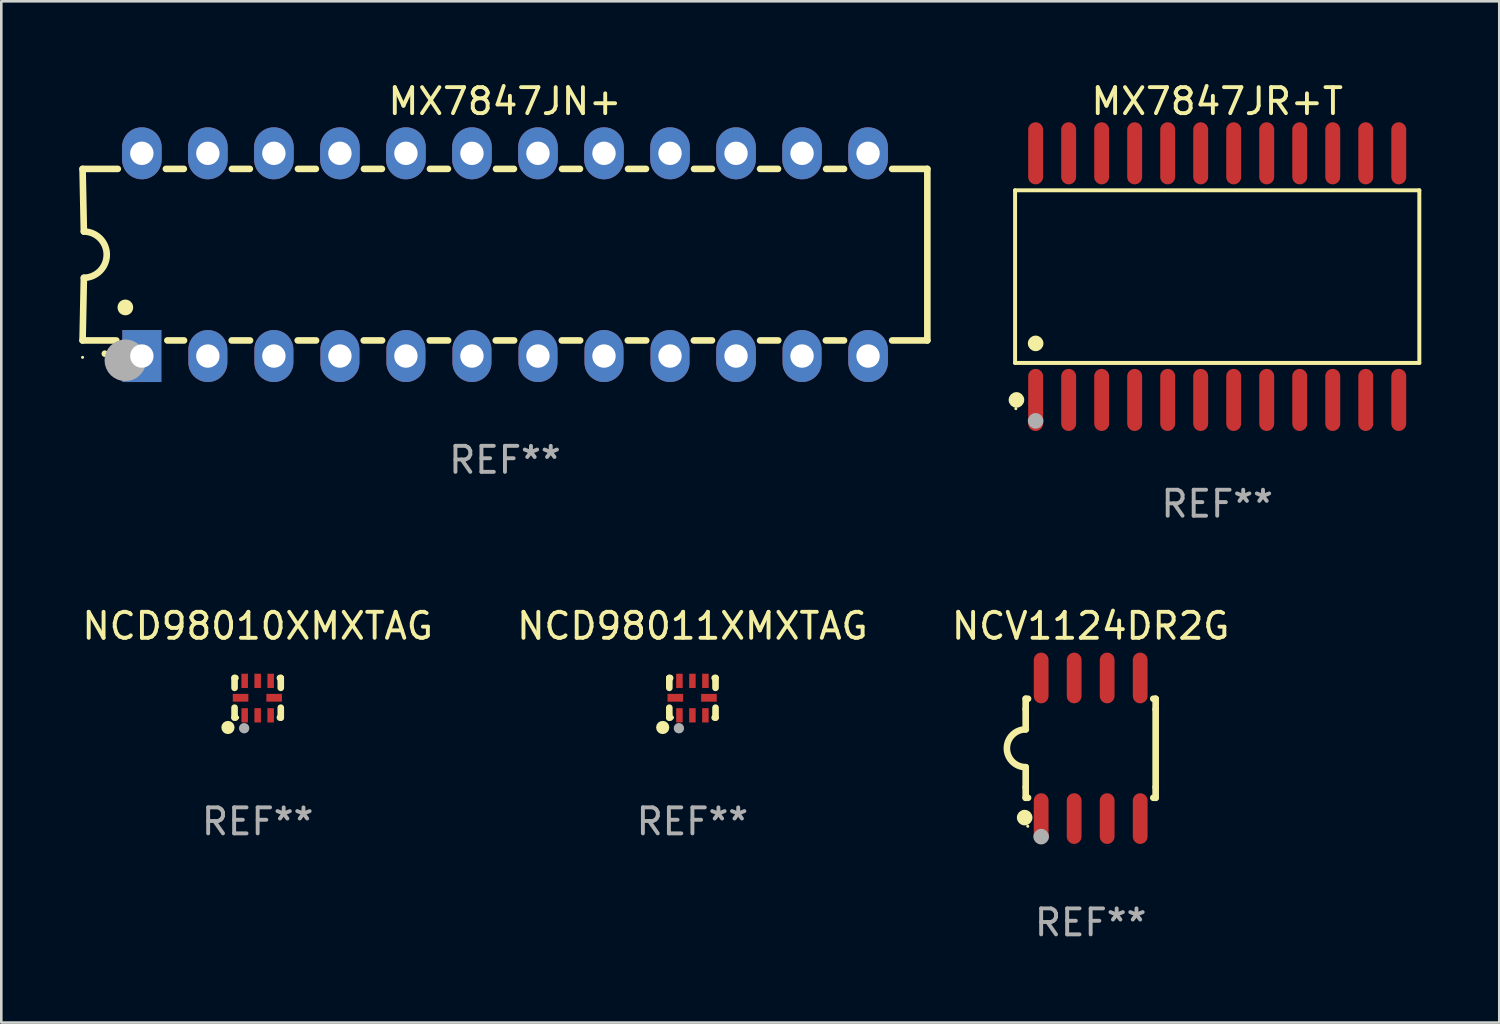
<source format=kicad_pcb>
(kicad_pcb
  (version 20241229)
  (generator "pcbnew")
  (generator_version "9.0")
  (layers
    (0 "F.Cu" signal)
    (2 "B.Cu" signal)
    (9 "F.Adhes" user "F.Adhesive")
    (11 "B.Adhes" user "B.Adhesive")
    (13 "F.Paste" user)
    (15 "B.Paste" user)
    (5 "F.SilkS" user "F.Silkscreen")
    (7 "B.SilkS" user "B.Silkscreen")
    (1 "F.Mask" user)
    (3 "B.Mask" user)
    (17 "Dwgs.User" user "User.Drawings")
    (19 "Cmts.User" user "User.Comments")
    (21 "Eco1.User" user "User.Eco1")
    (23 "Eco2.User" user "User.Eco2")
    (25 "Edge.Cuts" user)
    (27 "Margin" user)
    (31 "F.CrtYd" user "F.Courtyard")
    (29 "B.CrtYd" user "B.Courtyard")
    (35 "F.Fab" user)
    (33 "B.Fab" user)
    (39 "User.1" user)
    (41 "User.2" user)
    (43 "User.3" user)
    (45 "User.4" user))
  (footprint "NCV1124DR2G"
    (layer "F.Cu")
    (at 38.911 25.738)
    (property "Reference" "NCV1124DR2G" (at 0 -4.705 0) (layer "F.SilkS") (effects (font (size 1 1) (thickness 0.15))))
    (attr through_hole)
    (fp_line (start -2.5 -1.905) (end -2.409 -1.905) (stroke (width 0.254) (type solid)) (layer "F.SilkS"))
    (fp_line (start -2.5 -1.5) (end -2.5 -1.905) (stroke (width 0.254) (type solid)) (layer "F.SilkS"))
    (fp_line (start -2.5 -1.5) (end -2.5 -0.726) (stroke (width 0.254) (type solid)) (layer "F.SilkS"))
    (fp_line (start -2.5 1.5) (end -2.5 0.727) (stroke (width 0.254) (type solid)) (layer "F.SilkS"))
    (fp_line (start -2.5 1.5) (end -2.5 1.905) (stroke (width 0.254) (type solid)) (layer "F.SilkS"))
    (fp_line (start -2.5 1.905) (end -2.409 1.905) (stroke (width 0.254) (type solid)) (layer "F.SilkS"))
    (fp_line (start 2.5 -1.905) (end 2.409 -1.905) (stroke (width 0.254) (type solid)) (layer "F.SilkS"))
    (fp_line (start 2.5 -1.5) (end 2.5 -1.905) (stroke (width 0.254) (type solid)) (layer "F.SilkS"))
    (fp_line (start 2.5 -1.5) (end 2.5 1.5) (stroke (width 0.254) (type solid)) (layer "F.SilkS"))
    (fp_line (start 2.5 1.5) (end 2.5 1.905) (stroke (width 0.254) (type solid)) (layer "F.SilkS"))
    (fp_line (start 2.5 1.905) (end 2.409 1.905) (stroke (width 0.254) (type solid)) (layer "F.SilkS"))
    (fp_arc (start -2.5 0.726568) (mid -3.220316 -0.0023) (end -2.495097 -0.726289) (stroke (width 0.254001) (type solid)) (layer "F.SilkS"))
    (fp_circle (center -2.54 2.667) (end -2.39 2.667) (stroke (width 0.3) (type solid)) (fill no) (layer "F.SilkS"))
    (fp_circle (center -2.42 3) (end -2.39 3) (stroke (width 0.06) (type solid)) (fill no) (layer "F.SilkS"))
    (fp_circle (center -1.905 3.4) (end -1.755 3.4) (stroke (width 0.3) (type solid)) (fill no) (layer "F.Fab"))
    (fp_text user "REF**" (at 0 6.705 0) (layer "F.Fab") (effects (font (size 1 1) (thickness 0.15))))
    (pad "1" smd oval (at -1.905 2.705) (size 0.568 1.95) (layers "F.Cu" "F.Mask" "F.Paste"))
    (pad "2" smd oval (at -0.635 2.705) (size 0.568 1.95) (layers "F.Cu" "F.Mask" "F.Paste"))
    (pad "3" smd oval (at 0.635 2.705) (size 0.568 1.95) (layers "F.Cu" "F.Mask" "F.Paste"))
    (pad "4" smd oval (at 1.905 2.705) (size 0.568 1.95) (layers "F.Cu" "F.Mask" "F.Paste"))
    (pad "5" smd oval (at 1.905 -2.705) (size 0.568 1.95) (layers "F.Cu" "F.Mask" "F.Paste"))
    (pad "6" smd oval (at 0.635 -2.705) (size 0.568 1.95) (layers "F.Cu" "F.Mask" "F.Paste"))
    (pad "7" smd oval (at -0.635 -2.705) (size 0.568 1.95) (layers "F.Cu" "F.Mask" "F.Paste"))
    (pad "8" smd oval (at -1.905 -2.705) (size 0.568 1.95) (layers "F.Cu" "F.Mask" "F.Paste")))
  (footprint "NCD98010XMXTAG"
    (layer "F.Cu")
    (at 6.863 23.795)
    (property "Reference" "NCD98010XMXTAG" (at 0 -2.762 0) (layer "F.SilkS") (effects (font (size 1 1) (thickness 0.15))))
    (attr through_hole)
    (fp_line (start -0.889 -0.762) (end -0.889 -0.381) (stroke (width 0.254) (type solid)) (layer "F.SilkS"))
    (fp_line (start -0.889 0.381) (end -0.889 0.762) (stroke (width 0.254) (type solid)) (layer "F.SilkS"))
    (fp_line (start -0.889 0.762) (end -0.856 0.762) (stroke (width 0.254) (type solid)) (layer "F.SilkS"))
    (fp_line (start -0.856 -0.762) (end -0.889 -0.762) (stroke (width 0.254) (type solid)) (layer "F.SilkS"))
    (fp_line (start 0.856 0.762) (end 0.889 0.762) (stroke (width 0.254) (type solid)) (layer "F.SilkS"))
    (fp_line (start 0.889 -0.762) (end 0.856 -0.762) (stroke (width 0.254) (type solid)) (layer "F.SilkS"))
    (fp_line (start 0.889 -0.381) (end 0.889 -0.762) (stroke (width 0.254) (type solid)) (layer "F.SilkS"))
    (fp_line (start 0.889 0.762) (end 0.889 0.381) (stroke (width 0.254) (type solid)) (layer "F.SilkS"))
    (fp_circle (center -1.143 1.143) (end -1.016 1.143) (stroke (width 0.254) (type solid)) (fill no) (layer "F.SilkS"))
    (fp_circle (center -0.768 0.762) (end -0.738 0.762) (stroke (width 0.06) (type solid)) (fill no) (layer "F.SilkS"))
    (fp_circle (center -0.52 1.171) (end -0.42 1.171) (stroke (width 0.2) (type solid)) (fill no) (layer "F.Fab"))
    (fp_text user "REF**" (at 0 4.762 0) (layer "F.Fab") (effects (font (size 1 1) (thickness 0.15))))
    (pad "1" smd rect (at -0.5 0.675 270) (size 0.55 0.25) (layers "F.Cu" "F.Mask" "F.Paste"))
    (pad "2" smd rect (at 0.000025 0.675 270) (size 0.55 0.25) (layers "F.Cu" "F.Mask" "F.Paste"))
    (pad "3" smd rect (at 0.5 0.675 270) (size 0.55 0.25) (layers "F.Cu" "F.Mask" "F.Paste"))
    (pad "4" smd rect (at 0.635 0.000051) (size 0.6 0.3) (layers "F.Cu" "F.Mask" "F.Paste"))
    (pad "5" smd rect (at 0.5 -0.65 270) (size 0.55 0.25) (layers "F.Cu" "F.Mask" "F.Paste"))
    (pad "6" smd rect (at 0.000025 -0.65 270) (size 0.55 0.25) (layers "F.Cu" "F.Mask" "F.Paste"))
    (pad "7" smd rect (at -0.5 -0.65 270) (size 0.55 0.25) (layers "F.Cu" "F.Mask" "F.Paste"))
    (pad "8" smd rect (at -0.658 0.000051) (size 0.6 0.3) (layers "F.Cu" "F.Mask" "F.Paste")))
  (footprint "MX7847JN+"
    (layer "F.Cu")
    (at 16.377 6.748)
    (property "Reference" "MX7847JN+" (at 0 -5.9 0) (layer "F.SilkS") (effects (font (size 1 1) (thickness 0.15))))
    (attr through_hole)
    (fp_line (start -16.25 -3.3) (end -16.2 -0.889) (stroke (width 0.254) (type solid)) (layer "F.SilkS"))
    (fp_line (start -16.25 -3.3) (end -14.895 -3.3) (stroke (width 0.254) (type solid)) (layer "F.SilkS"))
    (fp_line (start -16.25 3.3) (end -16.2 0.889) (stroke (width 0.254) (type solid)) (layer "F.SilkS"))
    (fp_line (start -16.25 3.3) (end -14.951 3.3) (stroke (width 0.254) (type solid)) (layer "F.SilkS"))
    (fp_line (start -13.045 -3.3) (end -12.355 -3.3) (stroke (width 0.254) (type solid)) (layer "F.SilkS"))
    (fp_line (start -12.989 3.3) (end -12.347 3.3) (stroke (width 0.254) (type solid)) (layer "F.SilkS"))
    (fp_line (start -10.514 3.3) (end -9.807 3.3) (stroke (width 0.254) (type solid)) (layer "F.SilkS"))
    (fp_line (start -10.505 -3.3) (end -9.815 -3.3) (stroke (width 0.254) (type solid)) (layer "F.SilkS"))
    (fp_line (start -7.974 3.3) (end -7.267 3.3) (stroke (width 0.254) (type solid)) (layer "F.SilkS"))
    (fp_line (start -7.965 -3.3) (end -7.275 -3.3) (stroke (width 0.254) (type solid)) (layer "F.SilkS"))
    (fp_line (start -5.434 3.3) (end -4.727 3.3) (stroke (width 0.254) (type solid)) (layer "F.SilkS"))
    (fp_line (start -5.425 -3.3) (end -4.735 -3.3) (stroke (width 0.254) (type solid)) (layer "F.SilkS"))
    (fp_line (start -2.894 3.3) (end -2.187 3.3) (stroke (width 0.254) (type solid)) (layer "F.SilkS"))
    (fp_line (start -2.885 -3.3) (end -2.195 -3.3) (stroke (width 0.254) (type solid)) (layer "F.SilkS"))
    (fp_line (start -0.354 3.3) (end 0.353 3.3) (stroke (width 0.254) (type solid)) (layer "F.SilkS"))
    (fp_line (start -0.345 -3.3) (end 0.345 -3.3) (stroke (width 0.254) (type solid)) (layer "F.SilkS"))
    (fp_line (start 2.186 3.3) (end 2.893 3.3) (stroke (width 0.254) (type solid)) (layer "F.SilkS"))
    (fp_line (start 2.195 -3.3) (end 2.885 -3.3) (stroke (width 0.254) (type solid)) (layer "F.SilkS"))
    (fp_line (start 4.726 3.3) (end 5.434 3.3) (stroke (width 0.254) (type solid)) (layer "F.SilkS"))
    (fp_line (start 4.735 -3.3) (end 5.425 -3.3) (stroke (width 0.254) (type solid)) (layer "F.SilkS"))
    (fp_line (start 7.266 3.3) (end 7.965 3.3) (stroke (width 0.254) (type solid)) (layer "F.SilkS"))
    (fp_line (start 7.275 -3.3) (end 7.965 -3.3) (stroke (width 0.254) (type solid)) (layer "F.SilkS"))
    (fp_line (start 9.815 -3.3) (end 10.505 -3.3) (stroke (width 0.254) (type solid)) (layer "F.SilkS"))
    (fp_line (start 9.815 3.3) (end 10.514 3.3) (stroke (width 0.254) (type solid)) (layer "F.SilkS"))
    (fp_line (start 12.346 3.3) (end 13.045 3.3) (stroke (width 0.254) (type solid)) (layer "F.SilkS"))
    (fp_line (start 12.355 -3.3) (end 13.045 -3.3) (stroke (width 0.254) (type solid)) (layer "F.SilkS"))
    (fp_line (start 16.25 -3.3) (end 14.895 -3.3) (stroke (width 0.254) (type solid)) (layer "F.SilkS"))
    (fp_line (start 16.25 -3.3) (end 16.25 3.3) (stroke (width 0.254) (type solid)) (layer "F.SilkS"))
    (fp_line (start 16.25 3.3) (end 14.895 3.3) (stroke (width 0.254) (type solid)) (layer "F.SilkS"))
    (fp_arc (start -16.201016 -0.890146) (mid -15.311429 -0.001055) (end -16.200025 0.889027) (stroke (width 0.254001) (type solid)) (layer "F.SilkS"))
    (fp_arc (start -15.394971 3.810033) (mid -15.394978 3.808763) (end -15.394971 3.807493) (stroke (width 0.25) (type solid)) (layer "F.SilkS"))
    (fp_arc (start -14.605029 2.032029) (mid -14.60504 2.029489) (end -14.605029 2.026949) (stroke (width 0.6) (type solid)) (layer "F.SilkS"))
    (fp_circle (center -16.25 3.95) (end -16.22 3.95) (stroke (width 0.06) (type solid)) (fill no) (layer "F.SilkS"))
    (fp_circle (center -14.605 4.064) (end -14.205 4.064) (stroke (width 0.8) (type solid)) (fill no) (layer "F.Fab"))
    (fp_text user "REF**" (at 0 7.9 0) (layer "F.Fab") (effects (font (size 1 1) (thickness 0.15))))
    (pad "1" thru_hole rect (at -13.97 3.9 90) (size 2 1.5) (drill 0.9) (layers "*.Cu" "*.Mask"))
    (pad "2" thru_hole oval (at -11.43 3.9 90) (size 2 1.5) (drill 0.9) (layers "*.Cu" "*.Mask"))
    (pad "3" thru_hole oval (at -8.89 3.9 90) (size 2 1.5) (drill 0.9) (layers "*.Cu" "*.Mask"))
    (pad "4" thru_hole oval (at -6.35 3.9 90) (size 2 1.5) (drill 0.9) (layers "*.Cu" "*.Mask"))
    (pad "5" thru_hole oval (at -3.81 3.9 90) (size 2 1.5) (drill 0.9) (layers "*.Cu" "*.Mask"))
    (pad "6" thru_hole oval (at -1.27 3.9 90) (size 2 1.5) (drill 0.9) (layers "*.Cu" "*.Mask"))
    (pad "7" thru_hole oval (at 1.27 3.9 90) (size 2 1.5) (drill 0.9) (layers "*.Cu" "*.Mask"))
    (pad "8" thru_hole oval (at 3.81 3.9 90) (size 2 1.5) (drill 0.9) (layers "*.Cu" "*.Mask"))
    (pad "9" thru_hole oval (at 6.35 3.9 90) (size 2 1.5) (drill 0.9) (layers "*.Cu" "*.Mask"))
    (pad "10" thru_hole oval (at 8.89 3.9 90) (size 2 1.524) (drill 0.9) (layers "*.Cu" "*.Mask"))
    (pad "11" thru_hole oval (at 11.43 3.9 90) (size 2 1.5) (drill 0.9) (layers "*.Cu" "*.Mask"))
    (pad "12" thru_hole oval (at 13.97 3.9 90) (size 2 1.524) (drill 0.9) (layers "*.Cu" "*.Mask"))
    (pad "13" thru_hole oval (at 13.97 -3.9 90) (size 2 1.524) (drill 0.9) (layers "*.Cu" "*.Mask"))
    (pad "14" thru_hole oval (at 11.43 -3.9 90) (size 2 1.524) (drill 0.9) (layers "*.Cu" "*.Mask"))
    (pad "15" thru_hole oval (at 8.89 -3.9 90) (size 2 1.524) (drill 0.9) (layers "*.Cu" "*.Mask"))
    (pad "16" thru_hole oval (at 6.35 -3.9 90) (size 2 1.524) (drill 0.9) (layers "*.Cu" "*.Mask"))
    (pad "17" thru_hole oval (at 3.81 -3.9 90) (size 2 1.524) (drill 0.9) (layers "*.Cu" "*.Mask"))
    (pad "18" thru_hole oval (at 1.27 -3.9 90) (size 2 1.524) (drill 0.9) (layers "*.Cu" "*.Mask"))
    (pad "19" thru_hole oval (at -1.27 -3.9 90) (size 2 1.524) (drill 0.9) (layers "*.Cu" "*.Mask"))
    (pad "20" thru_hole oval (at -3.81 -3.9 90) (size 2 1.524) (drill 0.9) (layers "*.Cu" "*.Mask"))
    (pad "21" thru_hole oval (at -6.35 -3.9 90) (size 2 1.524) (drill 0.9) (layers "*.Cu" "*.Mask"))
    (pad "22" thru_hole oval (at -8.89 -3.9 90) (size 2 1.524) (drill 0.9) (layers "*.Cu" "*.Mask"))
    (pad "23" thru_hole oval (at -11.43 -3.9 90) (size 2 1.524) (drill 0.9) (layers "*.Cu" "*.Mask"))
    (pad "24" thru_hole oval (at -13.97 -3.9 90) (size 2 1.524) (drill 0.9) (layers "*.Cu" "*.Mask")))
  (footprint "NCD98011XMXTAG"
    (layer "F.Cu")
    (at 23.589 23.795)
    (property "Reference" "NCD98011XMXTAG" (at 0 -2.762 0) (layer "F.SilkS") (effects (font (size 1 1) (thickness 0.15))))
    (attr through_hole)
    (fp_line (start -0.889 -0.762) (end -0.889 -0.381) (stroke (width 0.254) (type solid)) (layer "F.SilkS"))
    (fp_line (start -0.889 0.381) (end -0.889 0.762) (stroke (width 0.254) (type solid)) (layer "F.SilkS"))
    (fp_line (start -0.889 0.762) (end -0.856 0.762) (stroke (width 0.254) (type solid)) (layer "F.SilkS"))
    (fp_line (start -0.856 -0.762) (end -0.889 -0.762) (stroke (width 0.254) (type solid)) (layer "F.SilkS"))
    (fp_line (start 0.856 0.762) (end 0.889 0.762) (stroke (width 0.254) (type solid)) (layer "F.SilkS"))
    (fp_line (start 0.889 -0.762) (end 0.856 -0.762) (stroke (width 0.254) (type solid)) (layer "F.SilkS"))
    (fp_line (start 0.889 -0.381) (end 0.889 -0.762) (stroke (width 0.254) (type solid)) (layer "F.SilkS"))
    (fp_line (start 0.889 0.762) (end 0.889 0.381) (stroke (width 0.254) (type solid)) (layer "F.SilkS"))
    (fp_circle (center -1.143 1.143) (end -1.016 1.143) (stroke (width 0.254) (type solid)) (fill no) (layer "F.SilkS"))
    (fp_circle (center -0.768 0.762) (end -0.738 0.762) (stroke (width 0.06) (type solid)) (fill no) (layer "F.SilkS"))
    (fp_circle (center -0.52 1.171) (end -0.42 1.171) (stroke (width 0.2) (type solid)) (fill no) (layer "F.Fab"))
    (fp_text user "REF**" (at 0 4.762 0) (layer "F.Fab") (effects (font (size 1 1) (thickness 0.15))))
    (pad "1" smd rect (at -0.5 0.675 270) (size 0.55 0.25) (layers "F.Cu" "F.Mask" "F.Paste"))
    (pad "2" smd rect (at 0.000025 0.675 270) (size 0.55 0.25) (layers "F.Cu" "F.Mask" "F.Paste"))
    (pad "3" smd rect (at 0.5 0.675 270) (size 0.55 0.25) (layers "F.Cu" "F.Mask" "F.Paste"))
    (pad "4" smd rect (at 0.635 0.000051) (size 0.6 0.3) (layers "F.Cu" "F.Mask" "F.Paste"))
    (pad "5" smd rect (at 0.5 -0.65 270) (size 0.55 0.25) (layers "F.Cu" "F.Mask" "F.Paste"))
    (pad "6" smd rect (at 0.000025 -0.65 270) (size 0.55 0.25) (layers "F.Cu" "F.Mask" "F.Paste"))
    (pad "7" smd rect (at -0.5 -0.65 270) (size 0.55 0.25) (layers "F.Cu" "F.Mask" "F.Paste"))
    (pad "8" smd rect (at -0.658 0.000051) (size 0.6 0.3) (layers "F.Cu" "F.Mask" "F.Paste")))
  (footprint "MX7847JR+T"
    (layer "F.Cu")
    (at 43.779 7.592)
    (property "Reference" "MX7847JR+T" (at 0 -6.744 0) (layer "F.SilkS") (effects (font (size 1 1) (thickness 0.15))))
    (attr through_hole)
    (fp_line (start -7.776 -3.321) (end 7.776 -3.321) (stroke (width 0.152) (type solid)) (layer "F.SilkS"))
    (fp_line (start -7.776 3.321) (end -7.776 -3.321) (stroke (width 0.152) (type solid)) (layer "F.SilkS"))
    (fp_line (start 7.776 -3.321) (end 7.776 3.321) (stroke (width 0.152) (type solid)) (layer "F.SilkS"))
    (fp_line (start 7.776 3.321) (end -7.776 3.321) (stroke (width 0.152) (type solid)) (layer "F.SilkS"))
    (fp_circle (center -7.747 5.08) (end -7.717 5.08) (stroke (width 0.06) (type solid)) (fill no) (layer "F.SilkS"))
    (fp_circle (center -7.724 4.744) (end -7.574 4.744) (stroke (width 0.3) (type solid)) (fill no) (layer "F.SilkS"))
    (fp_circle (center -6.985 2.569) (end -6.835 2.569) (stroke (width 0.3) (type solid)) (fill no) (layer "F.SilkS"))
    (fp_circle (center -6.985 5.55) (end -6.835 5.55) (stroke (width 0.3) (type solid)) (fill no) (layer "F.Fab"))
    (fp_text user "REF**" (at 0 8.744 0) (layer "F.Fab") (effects (font (size 1 1) (thickness 0.15))))
    (pad "1" smd oval (at -6.985 4.744) (size 0.574 2.388) (layers "F.Cu" "F.Mask" "F.Paste"))
    (pad "2" smd oval (at -5.715 4.744) (size 0.574 2.388) (layers "F.Cu" "F.Mask" "F.Paste"))
    (pad "3" smd oval (at -4.445 4.744) (size 0.574 2.388) (layers "F.Cu" "F.Mask" "F.Paste"))
    (pad "4" smd oval (at -3.175 4.744) (size 0.574 2.388) (layers "F.Cu" "F.Mask" "F.Paste"))
    (pad "5" smd oval (at -1.905 4.744) (size 0.574 2.388) (layers "F.Cu" "F.Mask" "F.Paste"))
    (pad "6" smd oval (at -0.635 4.744) (size 0.574 2.388) (layers "F.Cu" "F.Mask" "F.Paste"))
    (pad "7" smd oval (at 0.635 4.744) (size 0.574 2.388) (layers "F.Cu" "F.Mask" "F.Paste"))
    (pad "8" smd oval (at 1.905 4.744) (size 0.574 2.388) (layers "F.Cu" "F.Mask" "F.Paste"))
    (pad "9" smd oval (at 3.175 4.744) (size 0.574 2.388) (layers "F.Cu" "F.Mask" "F.Paste"))
    (pad "10" smd oval (at 4.445 4.744) (size 0.574 2.388) (layers "F.Cu" "F.Mask" "F.Paste"))
    (pad "11" smd oval (at 5.715 4.744) (size 0.574 2.388) (layers "F.Cu" "F.Mask" "F.Paste"))
    (pad "12" smd oval (at 6.985 4.744) (size 0.574 2.388) (layers "F.Cu" "F.Mask" "F.Paste"))
    (pad "13" smd oval (at 6.985 -4.744) (size 0.574 2.388) (layers "F.Cu" "F.Mask" "F.Paste"))
    (pad "14" smd oval (at 5.715 -4.744) (size 0.574 2.388) (layers "F.Cu" "F.Mask" "F.Paste"))
    (pad "15" smd oval (at 4.445 -4.744) (size 0.574 2.388) (layers "F.Cu" "F.Mask" "F.Paste"))
    (pad "16" smd oval (at 3.175 -4.744) (size 0.574 2.388) (layers "F.Cu" "F.Mask" "F.Paste"))
    (pad "17" smd oval (at 1.905 -4.744) (size 0.574 2.388) (layers "F.Cu" "F.Mask" "F.Paste"))
    (pad "18" smd oval (at 0.635 -4.744) (size 0.574 2.388) (layers "F.Cu" "F.Mask" "F.Paste"))
    (pad "19" smd oval (at -0.635 -4.744) (size 0.574 2.388) (layers "F.Cu" "F.Mask" "F.Paste"))
    (pad "20" smd oval (at -1.905 -4.744) (size 0.574 2.388) (layers "F.Cu" "F.Mask" "F.Paste"))
    (pad "21" smd oval (at -3.175 -4.744) (size 0.574 2.388) (layers "F.Cu" "F.Mask" "F.Paste"))
    (pad "22" smd oval (at -4.445 -4.744) (size 0.574 2.388) (layers "F.Cu" "F.Mask" "F.Paste"))
    (pad "23" smd oval (at -5.715 -4.744) (size 0.574 2.388) (layers "F.Cu" "F.Mask" "F.Paste"))
    (pad "24" smd oval (at -6.985 -4.744) (size 0.574 2.388) (layers "F.Cu" "F.Mask" "F.Paste")))
  (gr_rect
    (start -3 -3)
    (end 54.631 36.291)
    (stroke (width 0.1) (type default))
    (fill no)
    (layer "Edge.Cuts")))
</source>
